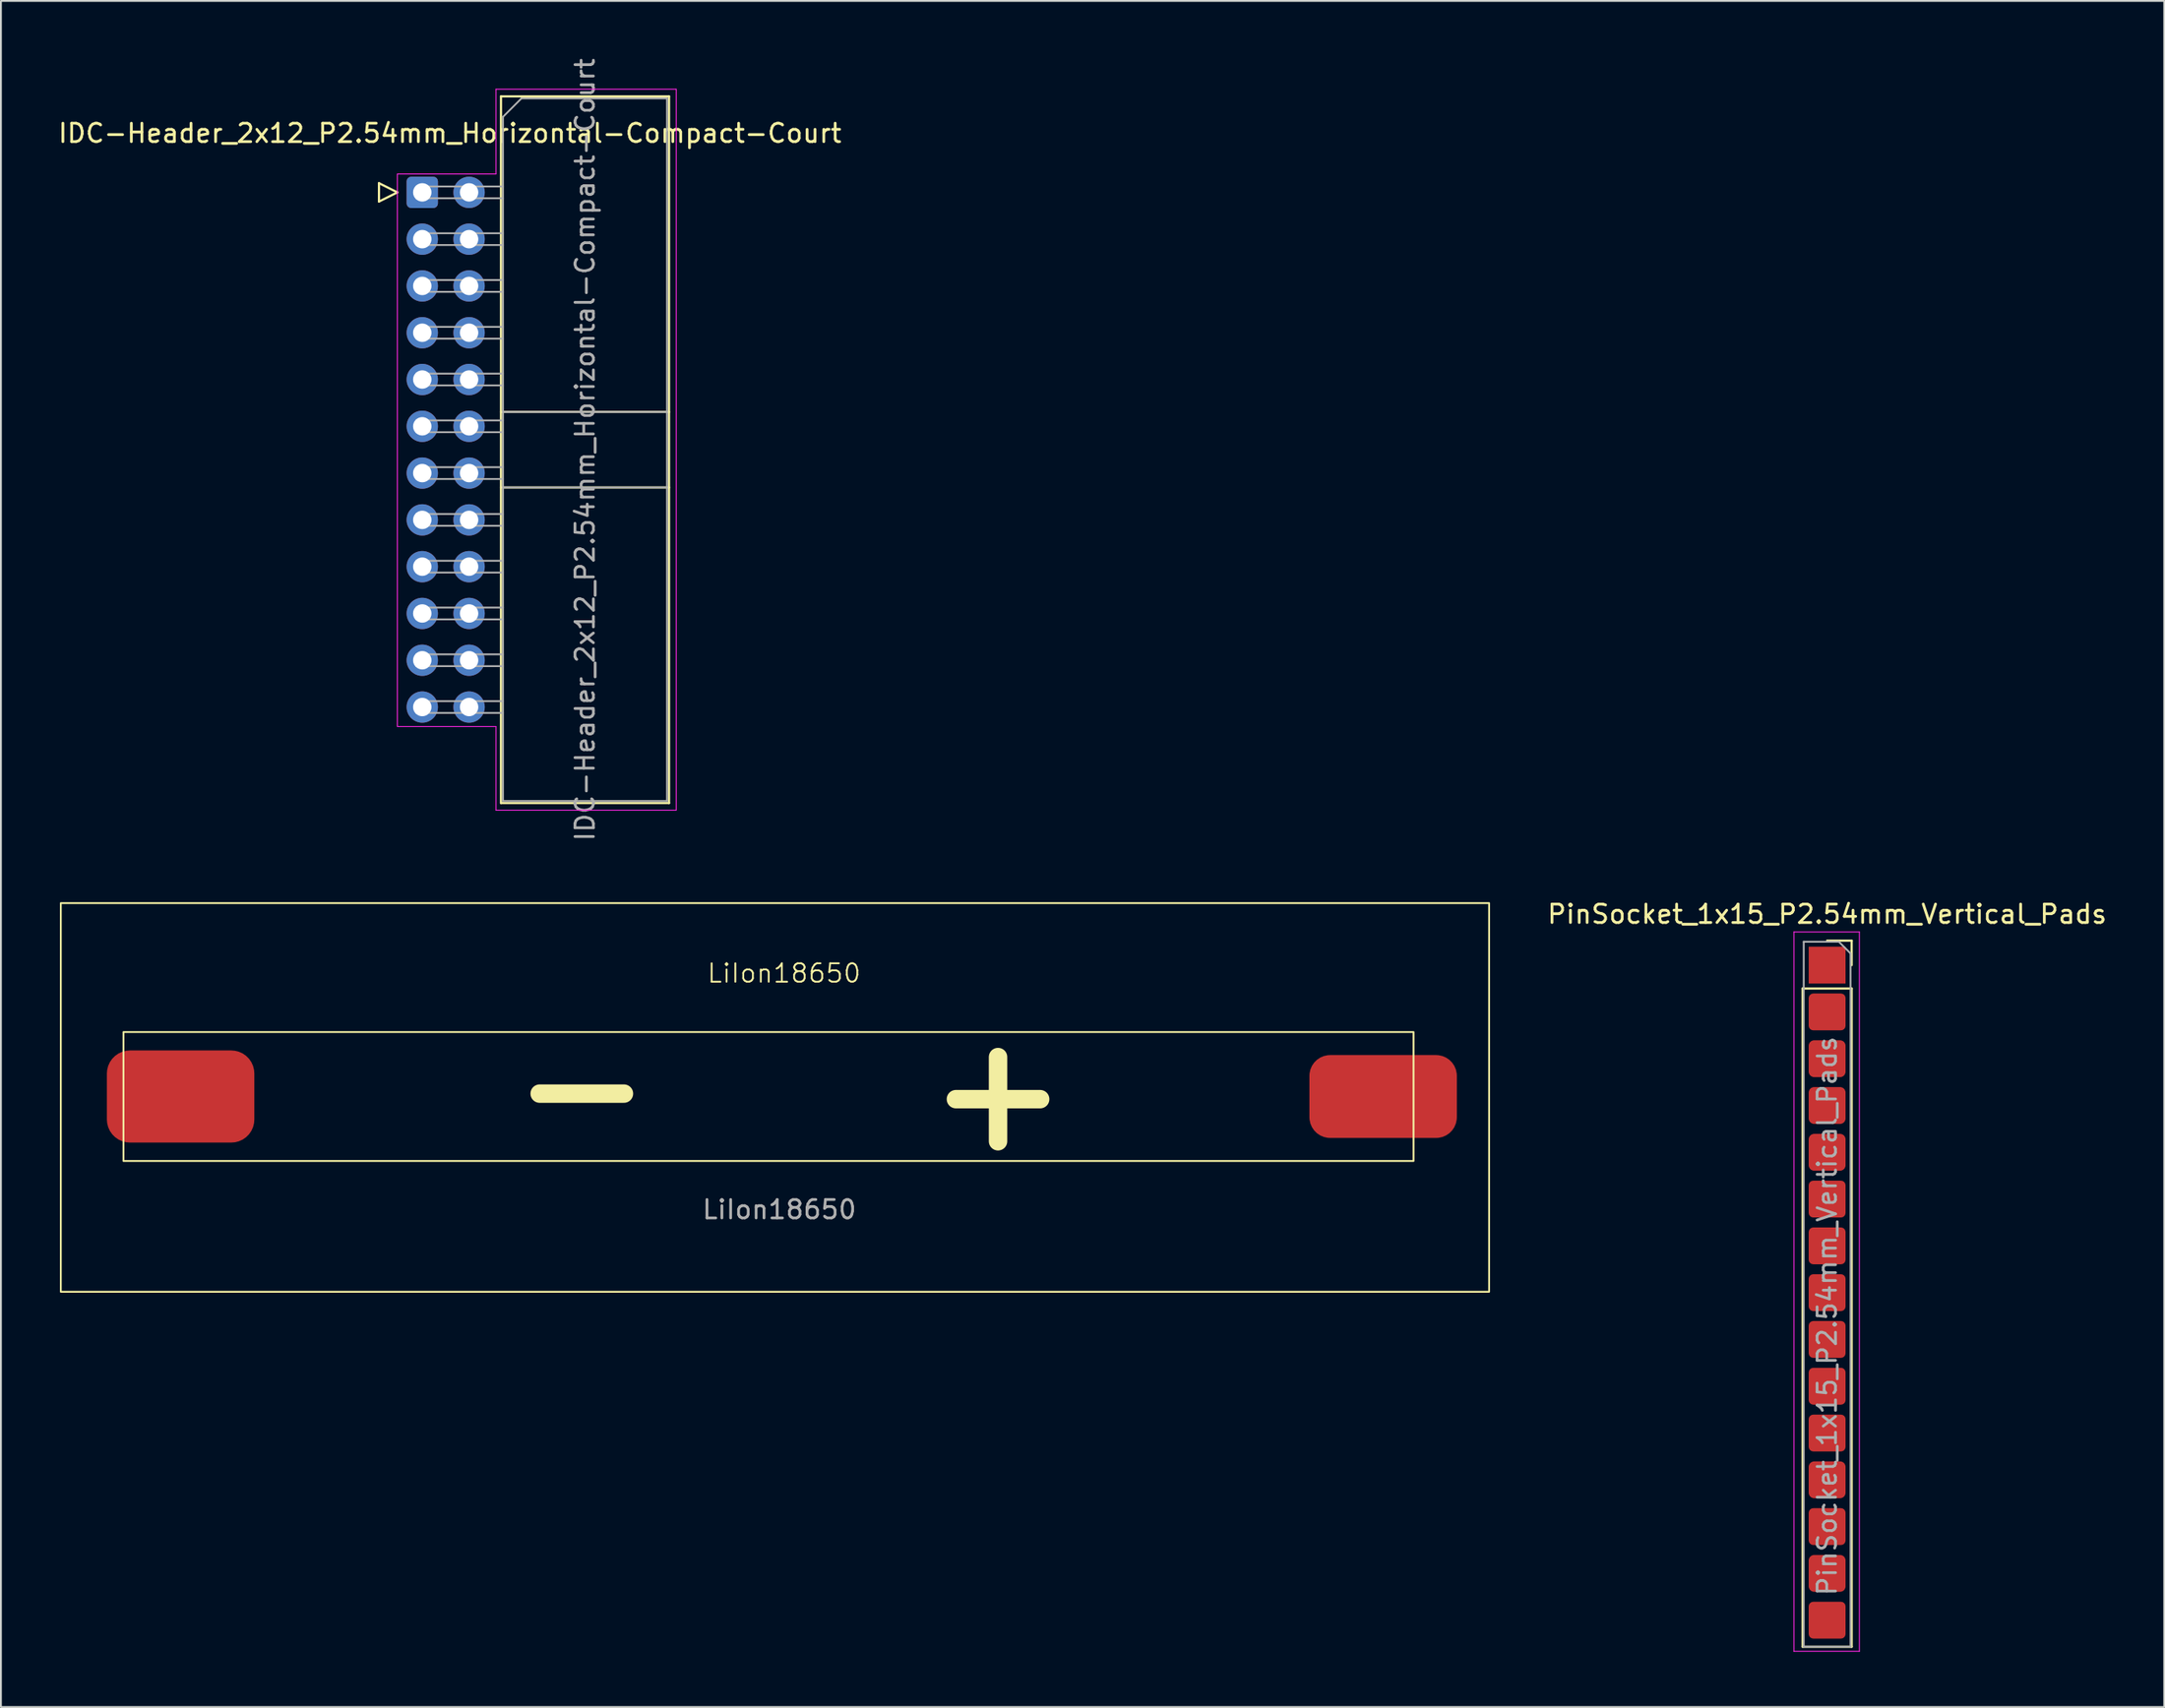
<source format=kicad_pcb>
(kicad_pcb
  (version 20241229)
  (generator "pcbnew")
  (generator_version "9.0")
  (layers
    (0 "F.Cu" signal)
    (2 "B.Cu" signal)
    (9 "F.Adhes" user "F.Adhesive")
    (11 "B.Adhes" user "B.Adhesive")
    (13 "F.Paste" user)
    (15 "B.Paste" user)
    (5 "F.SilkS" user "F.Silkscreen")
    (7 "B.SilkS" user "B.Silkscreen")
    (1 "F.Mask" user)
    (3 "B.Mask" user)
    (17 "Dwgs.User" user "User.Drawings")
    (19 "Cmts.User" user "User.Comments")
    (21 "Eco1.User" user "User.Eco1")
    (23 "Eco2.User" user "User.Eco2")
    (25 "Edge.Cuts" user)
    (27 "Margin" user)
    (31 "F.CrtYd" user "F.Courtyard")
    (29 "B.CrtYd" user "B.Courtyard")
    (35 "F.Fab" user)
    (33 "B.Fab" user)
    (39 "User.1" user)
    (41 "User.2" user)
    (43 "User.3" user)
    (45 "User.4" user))
  (footprint "PinSocket_1x15_P2.54mm_Vertical_Pads"
    (layer "F.Cu")
    (at 96.092 49.344)
    (property "Reference" "PinSocket_1x15_P2.54mm_Vertical_Pads" (at 0 -2.77 180) (layer "F.SilkS") (effects (font (size 1 1) (thickness 0.15))))
    (attr through_hole)
    (fp_line (start -1.33 1.27) (end -1.33 37) (stroke (width 0.12) (type solid)) (layer "F.SilkS"))
    (fp_line (start -1.33 1.27) (end 1.33 1.27) (stroke (width 0.12) (type solid)) (layer "F.SilkS"))
    (fp_line (start -1.33 37) (end 1.33 37) (stroke (width 0.12) (type solid)) (layer "F.SilkS"))
    (fp_line (start 0 -1.33) (end 1.33 -1.33) (stroke (width 0.12) (type solid)) (layer "F.SilkS"))
    (fp_line (start 1.33 -1.33) (end 1.33 0) (stroke (width 0.12) (type solid)) (layer "F.SilkS"))
    (fp_line (start 1.33 1.27) (end 1.33 37) (stroke (width 0.12) (type solid)) (layer "F.SilkS"))
    (fp_line (start -1.8 -1.8) (end 1.75 -1.8) (stroke (width 0.05) (type solid)) (layer "F.CrtYd"))
    (fp_line (start -1.8 37.25) (end -1.8 -1.8) (stroke (width 0.05) (type solid)) (layer "F.CrtYd"))
    (fp_line (start 1.75 -1.8) (end 1.75 37.25) (stroke (width 0.05) (type solid)) (layer "F.CrtYd"))
    (fp_line (start 1.75 37.25) (end -1.8 37.25) (stroke (width 0.05) (type solid)) (layer "F.CrtYd"))
    (fp_line (start -1.27 -1.27) (end 0.635 -1.27) (stroke (width 0.1) (type solid)) (layer "F.Fab"))
    (fp_line (start -1.27 37) (end -1.27 -1.27) (stroke (width 0.1) (type solid)) (layer "F.Fab"))
    (fp_line (start 0.635 -1.27) (end 1.27 -0.635) (stroke (width 0.1) (type solid)) (layer "F.Fab"))
    (fp_line (start 1.27 -0.635) (end 1.27 37) (stroke (width 0.1) (type solid)) (layer "F.Fab"))
    (fp_line (start 1.27 37) (end -1.27 37) (stroke (width 0.1) (type solid)) (layer "F.Fab"))
    (fp_text user "${REFERENCE}" (at 0 19.05 90) (layer "F.Fab") (effects (font (size 1 1) (thickness 0.15))))
    (pad "1" connect rect (at 0 0) (size 2 2) (layers "F.Cu" "F.Mask"))
    (pad "2" connect roundrect (at 0 2.54) (size 2 2) (layers "F.Cu" "F.Mask") (roundrect_rratio 0.125))
    (pad "3" connect roundrect (at 0 5.08) (size 2 2) (layers "F.Cu" "F.Mask") (roundrect_rratio 0.147))
    (pad "4" connect roundrect (at 0 7.62) (size 2 2) (layers "F.Cu" "F.Mask") (roundrect_rratio 0.147))
    (pad "5" connect roundrect (at 0 10.16) (size 2 2) (layers "F.Cu" "F.Mask") (roundrect_rratio 0.147))
    (pad "6" connect roundrect (at 0 12.7) (size 2 2) (layers "F.Cu" "F.Mask") (roundrect_rratio 0.125))
    (pad "7" connect roundrect (at 0 15.24) (size 2 2) (layers "F.Cu" "F.Mask") (roundrect_rratio 0.125))
    (pad "8" connect roundrect (at 0 17.78) (size 2 2) (layers "F.Cu" "F.Mask") (roundrect_rratio 0.125))
    (pad "9" connect roundrect (at 0 20.32) (size 2 2) (layers "F.Cu" "F.Mask") (roundrect_rratio 0.125))
    (pad "10" connect roundrect (at 0 22.86) (size 2 2) (layers "F.Cu" "F.Mask") (roundrect_rratio 0.125))
    (pad "11" connect roundrect (at 0 25.4) (size 2 2) (layers "F.Cu" "F.Mask") (roundrect_rratio 0.125))
    (pad "12" connect roundrect (at 0 27.94) (size 2 2) (layers "F.Cu" "F.Mask") (roundrect_rratio 0.147))
    (pad "13" connect roundrect (at 0 30.48) (size 2 2) (layers "F.Cu" "F.Mask") (roundrect_rratio 0.125))
    (pad "14" connect roundrect (at 0 33.02) (size 2 2) (layers "F.Cu" "F.Mask") (roundrect_rratio 0.147))
    (pad "15" connect roundrect (at 0 35.56) (size 2 2) (layers "F.Cu" "F.Mask") (roundrect_rratio 0.125)))
  (footprint "LiIon18650"
    (layer "F.Cu")
    (at 0.25 45.976)
    (property "Reference" "LiIon18650" (at 39.243 3.81 0) (unlocked yes) (layer "F.SilkS") (effects (font (size 1 1) (thickness 0.1))))
    (attr smd)
    (fp_rect (start 0 0) (end 77.5 21.1) (stroke (width 0.1) (type default)) (fill no) (layer "F.SilkS"))
    (fp_rect (start 3.4 7) (end 73.4 14) (stroke (width 0.1) (type default)) (fill no) (layer "F.SilkS"))
    (fp_text user "+" (at 46.482 13.716 0) (unlocked yes) (layer "F.SilkS") (effects (font (size 6 6) (thickness 1) (bold yes)) (justify left bottom)))
    (fp_text user "-" (at 23.897 13.415 0) (unlocked yes) (layer "F.SilkS") (effects (font (size 6 6) (thickness 1) (bold yes)) (justify left bottom)))
    (fp_text user "${REFERENCE}" (at 38.989 16.637 0) (unlocked yes) (layer "F.Fab") (effects (font (size 1 1) (thickness 0.15))))
    (pad "1" smd roundrect (at 71.75 10.5) (size 8 4.5) (layers "F.Cu" "F.Mask" "F.Paste") (roundrect_rratio 0.25))
    (pad "2" smd roundrect (at 6.5 10.5) (size 8 5) (layers "F.Cu" "F.Mask" "F.Paste") (roundrect_rratio 0.25)))
  (footprint "IDC-Header_2x12_P2.54mm_Horizontal-Compact-Court"
    (layer "F.Cu")
    (at 19.863 7.393)
    (property "Reference" "IDC-Header_2x12_P2.54mm_Horizontal-Compact-Court" (at 1.5 -3.21 0) (layer "F.SilkS") (effects (font (size 1 1) (thickness 0.15))))
    (attr through_hole)
    (fp_line (start -2.35 -0.5) (end -2.35 0.5) (stroke (width 0.12) (type solid)) (layer "F.SilkS"))
    (fp_line (start -2.35 0.5) (end -1.35 0) (stroke (width 0.12) (type solid)) (layer "F.SilkS"))
    (fp_line (start -1.35 0) (end -2.35 -0.5) (stroke (width 0.12) (type solid)) (layer "F.SilkS"))
    (fp_line (start 4.27 -5.21) (end 13.39 -5.21) (stroke (width 0.12) (type solid)) (layer "F.SilkS"))
    (fp_line (start 4.27 11.92) (end 13.39 11.92) (stroke (width 0.12) (type solid)) (layer "F.SilkS"))
    (fp_line (start 4.27 16.02) (end 13.39 16.02) (stroke (width 0.12) (type solid)) (layer "F.SilkS"))
    (fp_line (start 4.27 33.15) (end 4.27 -5.21) (stroke (width 0.12) (type solid)) (layer "F.SilkS"))
    (fp_line (start 13.39 -5.21) (end 13.39 33.15) (stroke (width 0.12) (type solid)) (layer "F.SilkS"))
    (fp_line (start 13.39 33.15) (end 4.27 33.15) (stroke (width 0.12) (type solid)) (layer "F.SilkS"))
    (fp_line (start -1.35 -1) (end -1.35 29) (stroke (width 0.05) (type solid)) (layer "F.CrtYd"))
    (fp_line (start -1.35 29) (end 4 29) (stroke (width 0.05) (type default)) (layer "F.CrtYd"))
    (fp_line (start 4 -5.6) (end 4 -1) (stroke (width 0.05) (type default)) (layer "F.CrtYd"))
    (fp_line (start 4 -1) (end -1.35 -1) (stroke (width 0.05) (type default)) (layer "F.CrtYd"))
    (fp_line (start 4 29) (end 4 33.54) (stroke (width 0.05) (type default)) (layer "F.CrtYd"))
    (fp_line (start 4 33.54) (end 13.78 33.54) (stroke (width 0.05) (type solid)) (layer "F.CrtYd"))
    (fp_line (start 13.78 -5.6) (end 4 -5.6) (stroke (width 0.05) (type solid)) (layer "F.CrtYd"))
    (fp_line (start 13.78 33.54) (end 13.78 -5.6) (stroke (width 0.05) (type solid)) (layer "F.CrtYd"))
    (fp_line (start -0.32 -0.32) (end -0.32 0.32) (stroke (width 0.1) (type solid)) (layer "F.Fab"))
    (fp_line (start -0.32 0.32) (end 4.38 0.32) (stroke (width 0.1) (type solid)) (layer "F.Fab"))
    (fp_line (start -0.32 2.22) (end -0.32 2.86) (stroke (width 0.1) (type solid)) (layer "F.Fab"))
    (fp_line (start -0.32 2.86) (end 4.38 2.86) (stroke (width 0.1) (type solid)) (layer "F.Fab"))
    (fp_line (start -0.32 4.76) (end -0.32 5.4) (stroke (width 0.1) (type solid)) (layer "F.Fab"))
    (fp_line (start -0.32 5.4) (end 4.38 5.4) (stroke (width 0.1) (type solid)) (layer "F.Fab"))
    (fp_line (start -0.32 7.3) (end -0.32 7.94) (stroke (width 0.1) (type solid)) (layer "F.Fab"))
    (fp_line (start -0.32 7.94) (end 4.38 7.94) (stroke (width 0.1) (type solid)) (layer "F.Fab"))
    (fp_line (start -0.32 9.84) (end -0.32 10.48) (stroke (width 0.1) (type solid)) (layer "F.Fab"))
    (fp_line (start -0.32 10.48) (end 4.38 10.48) (stroke (width 0.1) (type solid)) (layer "F.Fab"))
    (fp_line (start -0.32 12.38) (end -0.32 13.02) (stroke (width 0.1) (type solid)) (layer "F.Fab"))
    (fp_line (start -0.32 13.02) (end 4.38 13.02) (stroke (width 0.1) (type solid)) (layer "F.Fab"))
    (fp_line (start -0.32 14.92) (end -0.32 15.56) (stroke (width 0.1) (type solid)) (layer "F.Fab"))
    (fp_line (start -0.32 15.56) (end 4.38 15.56) (stroke (width 0.1) (type solid)) (layer "F.Fab"))
    (fp_line (start -0.32 17.46) (end -0.32 18.1) (stroke (width 0.1) (type solid)) (layer "F.Fab"))
    (fp_line (start -0.32 18.1) (end 4.38 18.1) (stroke (width 0.1) (type solid)) (layer "F.Fab"))
    (fp_line (start -0.32 20) (end -0.32 20.64) (stroke (width 0.1) (type solid)) (layer "F.Fab"))
    (fp_line (start -0.32 20.64) (end 4.38 20.64) (stroke (width 0.1) (type solid)) (layer "F.Fab"))
    (fp_line (start -0.32 22.54) (end -0.32 23.18) (stroke (width 0.1) (type solid)) (layer "F.Fab"))
    (fp_line (start -0.32 23.18) (end 4.38 23.18) (stroke (width 0.1) (type solid)) (layer "F.Fab"))
    (fp_line (start -0.32 25.08) (end -0.32 25.72) (stroke (width 0.1) (type solid)) (layer "F.Fab"))
    (fp_line (start -0.32 25.72) (end 4.38 25.72) (stroke (width 0.1) (type solid)) (layer "F.Fab"))
    (fp_line (start -0.32 27.62) (end -0.32 28.26) (stroke (width 0.1) (type solid)) (layer "F.Fab"))
    (fp_line (start -0.32 28.26) (end 4.38 28.26) (stroke (width 0.1) (type solid)) (layer "F.Fab"))
    (fp_line (start 4.38 -4.1) (end 5.38 -5.1) (stroke (width 0.1) (type solid)) (layer "F.Fab"))
    (fp_line (start 4.38 -0.32) (end -0.32 -0.32) (stroke (width 0.1) (type solid)) (layer "F.Fab"))
    (fp_line (start 4.38 2.22) (end -0.32 2.22) (stroke (width 0.1) (type solid)) (layer "F.Fab"))
    (fp_line (start 4.38 4.76) (end -0.32 4.76) (stroke (width 0.1) (type solid)) (layer "F.Fab"))
    (fp_line (start 4.38 7.3) (end -0.32 7.3) (stroke (width 0.1) (type solid)) (layer "F.Fab"))
    (fp_line (start 4.38 9.84) (end -0.32 9.84) (stroke (width 0.1) (type solid)) (layer "F.Fab"))
    (fp_line (start 4.38 11.92) (end 13.28 11.92) (stroke (width 0.1) (type solid)) (layer "F.Fab"))
    (fp_line (start 4.38 12.38) (end -0.32 12.38) (stroke (width 0.1) (type solid)) (layer "F.Fab"))
    (fp_line (start 4.38 14.92) (end -0.32 14.92) (stroke (width 0.1) (type solid)) (layer "F.Fab"))
    (fp_line (start 4.38 16.02) (end 13.28 16.02) (stroke (width 0.1) (type solid)) (layer "F.Fab"))
    (fp_line (start 4.38 17.46) (end -0.32 17.46) (stroke (width 0.1) (type solid)) (layer "F.Fab"))
    (fp_line (start 4.38 20) (end -0.32 20) (stroke (width 0.1) (type solid)) (layer "F.Fab"))
    (fp_line (start 4.38 22.54) (end -0.32 22.54) (stroke (width 0.1) (type solid)) (layer "F.Fab"))
    (fp_line (start 4.38 25.08) (end -0.32 25.08) (stroke (width 0.1) (type solid)) (layer "F.Fab"))
    (fp_line (start 4.38 27.62) (end -0.32 27.62) (stroke (width 0.1) (type solid)) (layer "F.Fab"))
    (fp_line (start 4.38 33.04) (end 4.38 -4.1) (stroke (width 0.1) (type solid)) (layer "F.Fab"))
    (fp_line (start 5.38 -5.1) (end 13.28 -5.1) (stroke (width 0.1) (type solid)) (layer "F.Fab"))
    (fp_line (start 13.28 -5.1) (end 13.28 33.04) (stroke (width 0.1) (type solid)) (layer "F.Fab"))
    (fp_line (start 13.28 33.04) (end 4.38 33.04) (stroke (width 0.1) (type solid)) (layer "F.Fab"))
    (fp_text user "${REFERENCE}" (at 8.83 13.97 270) (layer "F.Fab") (effects (font (size 1 1) (thickness 0.15))))
    (pad "1" thru_hole roundrect (at 0 0) (size 1.7 1.7) (drill 1) (layers "*.Cu" "*.Mask") (roundrect_rratio 0.147))
    (pad "2" thru_hole circle (at 2.54 0) (size 1.7 1.7) (drill 1) (layers "*.Cu" "*.Mask"))
    (pad "3" thru_hole circle (at 0 2.54) (size 1.7 1.7) (drill 1) (layers "*.Cu" "*.Mask"))
    (pad "4" thru_hole circle (at 2.54 2.54) (size 1.7 1.7) (drill 1) (layers "*.Cu" "*.Mask"))
    (pad "5" thru_hole circle (at 0 5.08) (size 1.7 1.7) (drill 1) (layers "*.Cu" "*.Mask"))
    (pad "6" thru_hole circle (at 2.54 5.08) (size 1.7 1.7) (drill 1) (layers "*.Cu" "*.Mask"))
    (pad "7" thru_hole circle (at 0 7.62) (size 1.7 1.7) (drill 1) (layers "*.Cu" "*.Mask"))
    (pad "8" thru_hole circle (at 2.54 7.62) (size 1.7 1.7) (drill 1) (layers "*.Cu" "*.Mask"))
    (pad "9" thru_hole circle (at 0 10.16) (size 1.7 1.7) (drill 1) (layers "*.Cu" "*.Mask"))
    (pad "10" thru_hole circle (at 2.54 10.16) (size 1.7 1.7) (drill 1) (layers "*.Cu" "*.Mask"))
    (pad "11" thru_hole circle (at 0 12.7) (size 1.7 1.7) (drill 1) (layers "*.Cu" "*.Mask"))
    (pad "12" thru_hole circle (at 2.54 12.7) (size 1.7 1.7) (drill 1) (layers "*.Cu" "*.Mask"))
    (pad "13" thru_hole circle (at 0 15.24) (size 1.7 1.7) (drill 1) (layers "*.Cu" "*.Mask"))
    (pad "14" thru_hole circle (at 2.54 15.24) (size 1.7 1.7) (drill 1) (layers "*.Cu" "*.Mask"))
    (pad "15" thru_hole circle (at 0 17.78) (size 1.7 1.7) (drill 1) (layers "*.Cu" "*.Mask"))
    (pad "16" thru_hole circle (at 2.54 17.78) (size 1.7 1.7) (drill 1) (layers "*.Cu" "*.Mask"))
    (pad "17" thru_hole circle (at 0 20.32) (size 1.7 1.7) (drill 1) (layers "*.Cu" "*.Mask"))
    (pad "18" thru_hole circle (at 2.54 20.32) (size 1.7 1.7) (drill 1) (layers "*.Cu" "*.Mask"))
    (pad "19" thru_hole circle (at 0 22.86) (size 1.7 1.7) (drill 1) (layers "*.Cu" "*.Mask"))
    (pad "20" thru_hole circle (at 2.54 22.86) (size 1.7 1.7) (drill 1) (layers "*.Cu" "*.Mask"))
    (pad "21" thru_hole circle (at 0 25.4) (size 1.7 1.7) (drill 1) (layers "*.Cu" "*.Mask"))
    (pad "22" thru_hole circle (at 2.54 25.4) (size 1.7 1.7) (drill 1) (layers "*.Cu" "*.Mask"))
    (pad "23" thru_hole circle (at 0 27.94) (size 1.7 1.7) (drill 1) (layers "*.Cu" "*.Mask"))
    (pad "24" thru_hole circle (at 2.54 27.94) (size 1.7 1.7) (drill 1) (layers "*.Cu" "*.Mask")))
  (gr_rect
    (start -3 -3)
    (end 114.383 89.619)
    (stroke (width 0.1) (type default))
    (fill no)
    (layer "Edge.Cuts")))
</source>
